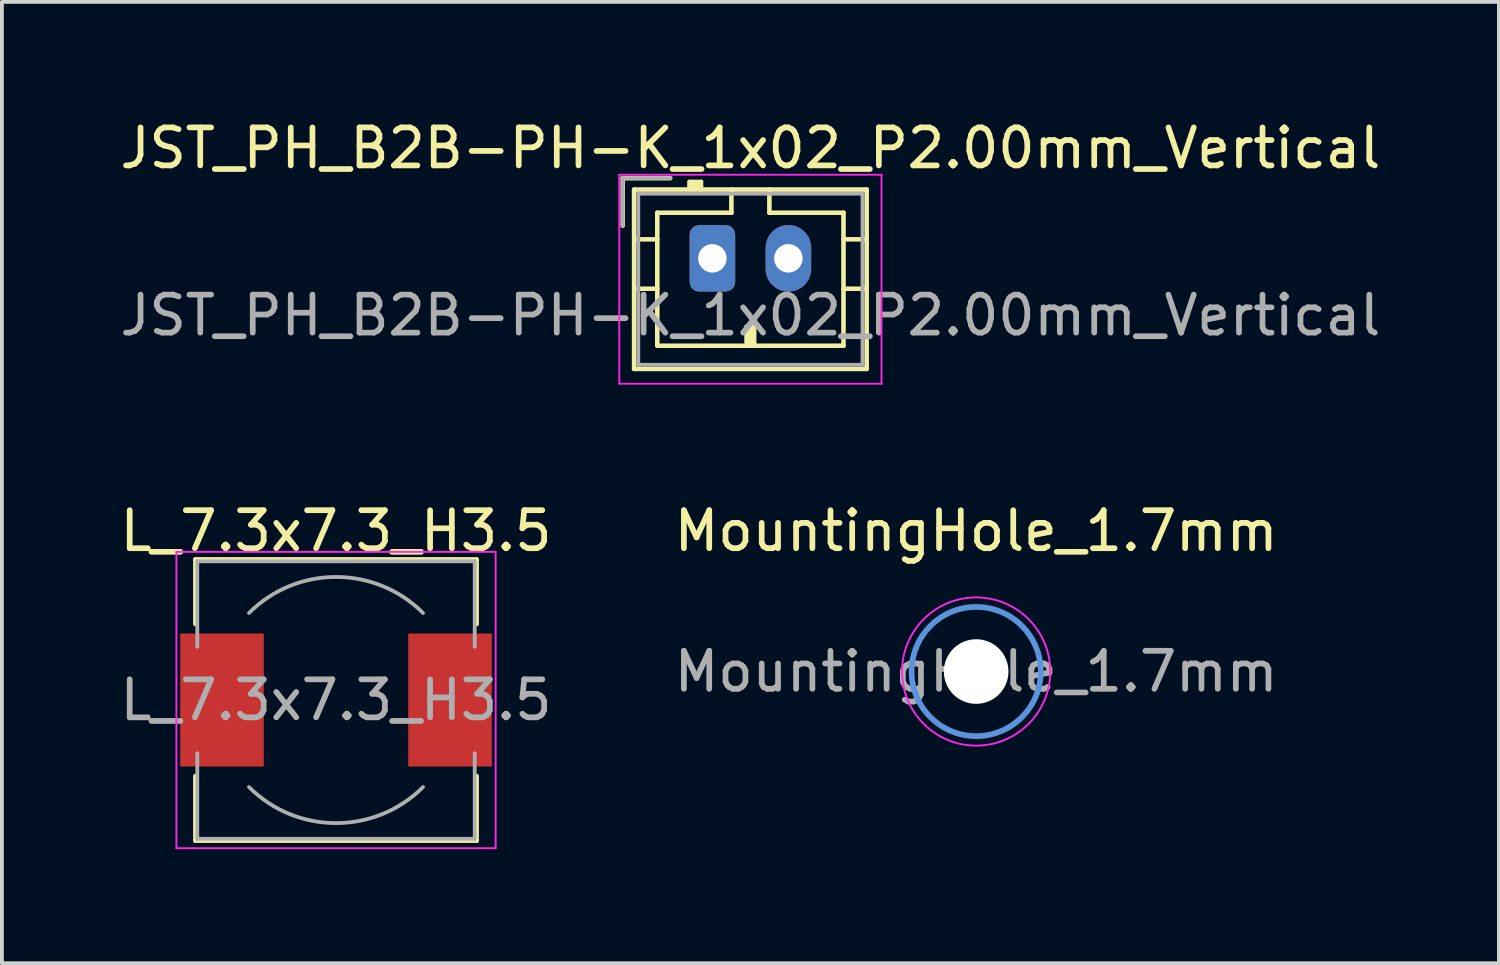
<source format=kicad_pcb>
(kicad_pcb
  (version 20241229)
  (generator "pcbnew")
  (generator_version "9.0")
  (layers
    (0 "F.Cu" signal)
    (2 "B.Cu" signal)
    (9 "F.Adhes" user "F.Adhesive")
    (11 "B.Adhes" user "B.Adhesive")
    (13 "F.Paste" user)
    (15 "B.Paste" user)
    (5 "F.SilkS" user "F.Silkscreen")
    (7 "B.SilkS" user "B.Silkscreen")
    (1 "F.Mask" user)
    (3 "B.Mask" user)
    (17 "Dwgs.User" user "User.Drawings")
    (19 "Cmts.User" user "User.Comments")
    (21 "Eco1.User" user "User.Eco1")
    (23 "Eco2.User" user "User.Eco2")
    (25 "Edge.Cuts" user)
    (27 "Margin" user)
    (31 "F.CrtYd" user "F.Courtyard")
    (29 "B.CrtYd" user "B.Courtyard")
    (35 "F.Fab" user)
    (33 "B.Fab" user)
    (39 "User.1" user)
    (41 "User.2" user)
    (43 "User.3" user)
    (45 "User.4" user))
  (footprint "MountingHole_1.7mm"
    (layer "F.Cu")
    (at 22.637 14.621)
    (property "Reference" "MountingHole_1.7mm" (at 0 -3.7 0) (layer "F.SilkS") (effects (font (size 1 1) (thickness 0.15))))
    (attr exclude_from_pos_files exclude_from_bom)
    (fp_circle (center 0 0) (end 1.7 0) (stroke (width 0.15) (type solid)) (fill no) (layer "Cmts.User"))
    (fp_circle (center 0 0) (end 1.95 0) (stroke (width 0.05) (type solid)) (fill no) (layer "F.CrtYd"))
    (fp_text user "${REFERENCE}" (at 0 0 0) (layer "F.Fab") (effects (font (size 1 1) (thickness 0.15))))
    (pad "" np_thru_hole circle (at 0 0) (size 1.7 1.7) (drill 1.7) (layers "*.Cu" "*.Mask")))
  (footprint "JST_PH_B2B-PH-K_1x02_P2.00mm_Vertical"
    (layer "F.Cu")
    (at 15.696 3.748)
    (property "Reference" "JST_PH_B2B-PH-K_1x02_P2.00mm_Vertical" (at 1 -2.9 0) (layer "F.SilkS") (effects (font (size 1 1) (thickness 0.15))))
    (attr through_hole)
    (fp_line (start -2.36 -2.11) (end -2.36 -0.86) (stroke (width 0.12) (type solid)) (layer "F.SilkS"))
    (fp_line (start -2.06 -1.81) (end -2.06 2.91) (stroke (width 0.12) (type solid)) (layer "F.SilkS"))
    (fp_line (start -2.06 -0.5) (end -1.45 -0.5) (stroke (width 0.12) (type solid)) (layer "F.SilkS"))
    (fp_line (start -2.06 0.8) (end -1.45 0.8) (stroke (width 0.12) (type solid)) (layer "F.SilkS"))
    (fp_line (start -2.06 2.91) (end 4.06 2.91) (stroke (width 0.12) (type solid)) (layer "F.SilkS"))
    (fp_line (start -1.45 -1.2) (end -1.45 2.3) (stroke (width 0.12) (type solid)) (layer "F.SilkS"))
    (fp_line (start -1.45 2.3) (end 3.45 2.3) (stroke (width 0.12) (type solid)) (layer "F.SilkS"))
    (fp_line (start -1.11 -2.11) (end -2.36 -2.11) (stroke (width 0.12) (type solid)) (layer "F.SilkS"))
    (fp_line (start -0.6 -2.01) (end -0.6 -1.81) (stroke (width 0.12) (type solid)) (layer "F.SilkS"))
    (fp_line (start -0.3 -2.01) (end -0.6 -2.01) (stroke (width 0.12) (type solid)) (layer "F.SilkS"))
    (fp_line (start -0.3 -1.91) (end -0.6 -1.91) (stroke (width 0.12) (type solid)) (layer "F.SilkS"))
    (fp_line (start -0.3 -1.81) (end -0.3 -2.01) (stroke (width 0.12) (type solid)) (layer "F.SilkS"))
    (fp_line (start 0.5 -1.81) (end 0.5 -1.2) (stroke (width 0.12) (type solid)) (layer "F.SilkS"))
    (fp_line (start 0.5 -1.2) (end -1.45 -1.2) (stroke (width 0.12) (type solid)) (layer "F.SilkS"))
    (fp_line (start 0.9 1.8) (end 1.1 1.8) (stroke (width 0.12) (type solid)) (layer "F.SilkS"))
    (fp_line (start 0.9 2.3) (end 0.9 1.8) (stroke (width 0.12) (type solid)) (layer "F.SilkS"))
    (fp_line (start 1 2.3) (end 1 1.8) (stroke (width 0.12) (type solid)) (layer "F.SilkS"))
    (fp_line (start 1.1 1.8) (end 1.1 2.3) (stroke (width 0.12) (type solid)) (layer "F.SilkS"))
    (fp_line (start 1.5 -1.2) (end 1.5 -1.81) (stroke (width 0.12) (type solid)) (layer "F.SilkS"))
    (fp_line (start 3.45 -1.2) (end 1.5 -1.2) (stroke (width 0.12) (type solid)) (layer "F.SilkS"))
    (fp_line (start 3.45 2.3) (end 3.45 -1.2) (stroke (width 0.12) (type solid)) (layer "F.SilkS"))
    (fp_line (start 4.06 -1.81) (end -2.06 -1.81) (stroke (width 0.12) (type solid)) (layer "F.SilkS"))
    (fp_line (start 4.06 -0.5) (end 3.45 -0.5) (stroke (width 0.12) (type solid)) (layer "F.SilkS"))
    (fp_line (start 4.06 0.8) (end 3.45 0.8) (stroke (width 0.12) (type solid)) (layer "F.SilkS"))
    (fp_line (start 4.06 2.91) (end 4.06 -1.81) (stroke (width 0.12) (type solid)) (layer "F.SilkS"))
    (fp_line (start -2.45 -2.2) (end -2.45 3.3) (stroke (width 0.05) (type solid)) (layer "F.CrtYd"))
    (fp_line (start -2.45 3.3) (end 4.45 3.3) (stroke (width 0.05) (type solid)) (layer "F.CrtYd"))
    (fp_line (start 4.45 -2.2) (end -2.45 -2.2) (stroke (width 0.05) (type solid)) (layer "F.CrtYd"))
    (fp_line (start 4.45 3.3) (end 4.45 -2.2) (stroke (width 0.05) (type solid)) (layer "F.CrtYd"))
    (fp_line (start -2.36 -2.11) (end -2.36 -0.86) (stroke (width 0.1) (type solid)) (layer "F.Fab"))
    (fp_line (start -1.95 -1.7) (end -1.95 2.8) (stroke (width 0.1) (type solid)) (layer "F.Fab"))
    (fp_line (start -1.95 2.8) (end 3.95 2.8) (stroke (width 0.1) (type solid)) (layer "F.Fab"))
    (fp_line (start -1.11 -2.11) (end -2.36 -2.11) (stroke (width 0.1) (type solid)) (layer "F.Fab"))
    (fp_line (start 3.95 -1.7) (end -1.95 -1.7) (stroke (width 0.1) (type solid)) (layer "F.Fab"))
    (fp_line (start 3.95 2.8) (end 3.95 -1.7) (stroke (width 0.1) (type solid)) (layer "F.Fab"))
    (fp_text user "${REFERENCE}" (at 1 1.5 0) (layer "F.Fab") (effects (font (size 1 1) (thickness 0.15))))
    (pad "1" thru_hole roundrect (at 0 0) (size 1.2 1.75) (drill 0.75) (layers "*.Cu" "*.Mask") (roundrect_rratio 0.208))
    (pad "2" thru_hole oval (at 2 0) (size 1.2 1.75) (drill 0.75) (layers "*.Cu" "*.Mask")))
  (footprint "L_7.3x7.3_H3.5"
    (layer "F.Cu")
    (at 5.792 15.371)
    (property "Reference" "L_7.3x7.3_H3.5" (at 0 -4.45 0) (layer "F.SilkS") (effects (font (size 1 1) (thickness 0.15))))
    (attr smd)
    (fp_line (start -3.7 -3.7) (end 3.7 -3.7) (stroke (width 0.12) (type solid)) (layer "F.SilkS"))
    (fp_line (start -3.7 -2) (end -3.7 -3.7) (stroke (width 0.12) (type solid)) (layer "F.SilkS"))
    (fp_line (start -3.7 3.7) (end -3.7 2) (stroke (width 0.12) (type solid)) (layer "F.SilkS"))
    (fp_line (start 3.7 -3.7) (end 3.7 -2) (stroke (width 0.12) (type solid)) (layer "F.SilkS"))
    (fp_line (start 3.7 2) (end 3.7 3.7) (stroke (width 0.12) (type solid)) (layer "F.SilkS"))
    (fp_line (start 3.7 3.7) (end -3.7 3.7) (stroke (width 0.12) (type solid)) (layer "F.SilkS"))
    (fp_line (start -4.2 -3.9) (end -4.2 3.9) (stroke (width 0.05) (type solid)) (layer "F.CrtYd"))
    (fp_line (start -4.2 3.9) (end 4.2 3.9) (stroke (width 0.05) (type solid)) (layer "F.CrtYd"))
    (fp_line (start 4.2 -3.9) (end -4.2 -3.9) (stroke (width 0.05) (type solid)) (layer "F.CrtYd"))
    (fp_line (start 4.2 3.9) (end 4.2 -3.9) (stroke (width 0.05) (type solid)) (layer "F.CrtYd"))
    (fp_line (start -3.65 -3.65) (end -3.65 -1.4) (stroke (width 0.1) (type solid)) (layer "F.Fab"))
    (fp_line (start -3.65 -3.65) (end 3.65 -3.65) (stroke (width 0.1) (type solid)) (layer "F.Fab"))
    (fp_line (start -3.65 3.65) (end -3.65 1.4) (stroke (width 0.1) (type solid)) (layer "F.Fab"))
    (fp_line (start 3.65 -3.65) (end 3.65 -1.4) (stroke (width 0.1) (type solid)) (layer "F.Fab"))
    (fp_line (start 3.65 3.65) (end -3.65 3.65) (stroke (width 0.1) (type solid)) (layer "F.Fab"))
    (fp_line (start 3.65 3.65) (end 3.65 1.4) (stroke (width 0.1) (type solid)) (layer "F.Fab"))
    (fp_arc (start -2.29 -2.29) (mid 0 -3.238549) (end 2.29 -2.29) (stroke (width 0.1) (type solid)) (layer "F.Fab"))
    (fp_arc (start 2.29 2.29) (mid 0 3.238549) (end -2.29 2.29) (stroke (width 0.1) (type solid)) (layer "F.Fab"))
    (fp_text user "${REFERENCE}" (at 0 0 0) (layer "F.Fab") (effects (font (size 1 1) (thickness 0.15))))
    (pad "1" smd rect (at -3 0) (size 2.2 3.5) (layers "F.Cu" "F.Mask" "F.Paste"))
    (pad "2" smd rect (at 3 0) (size 2.2 3.5) (layers "F.Cu" "F.Mask" "F.Paste")))
  (gr_rect
    (start -3 -3)
    (end 36.393 22.297)
    (stroke (width 0.1) (type default))
    (fill no)
    (layer "Edge.Cuts")))
</source>
